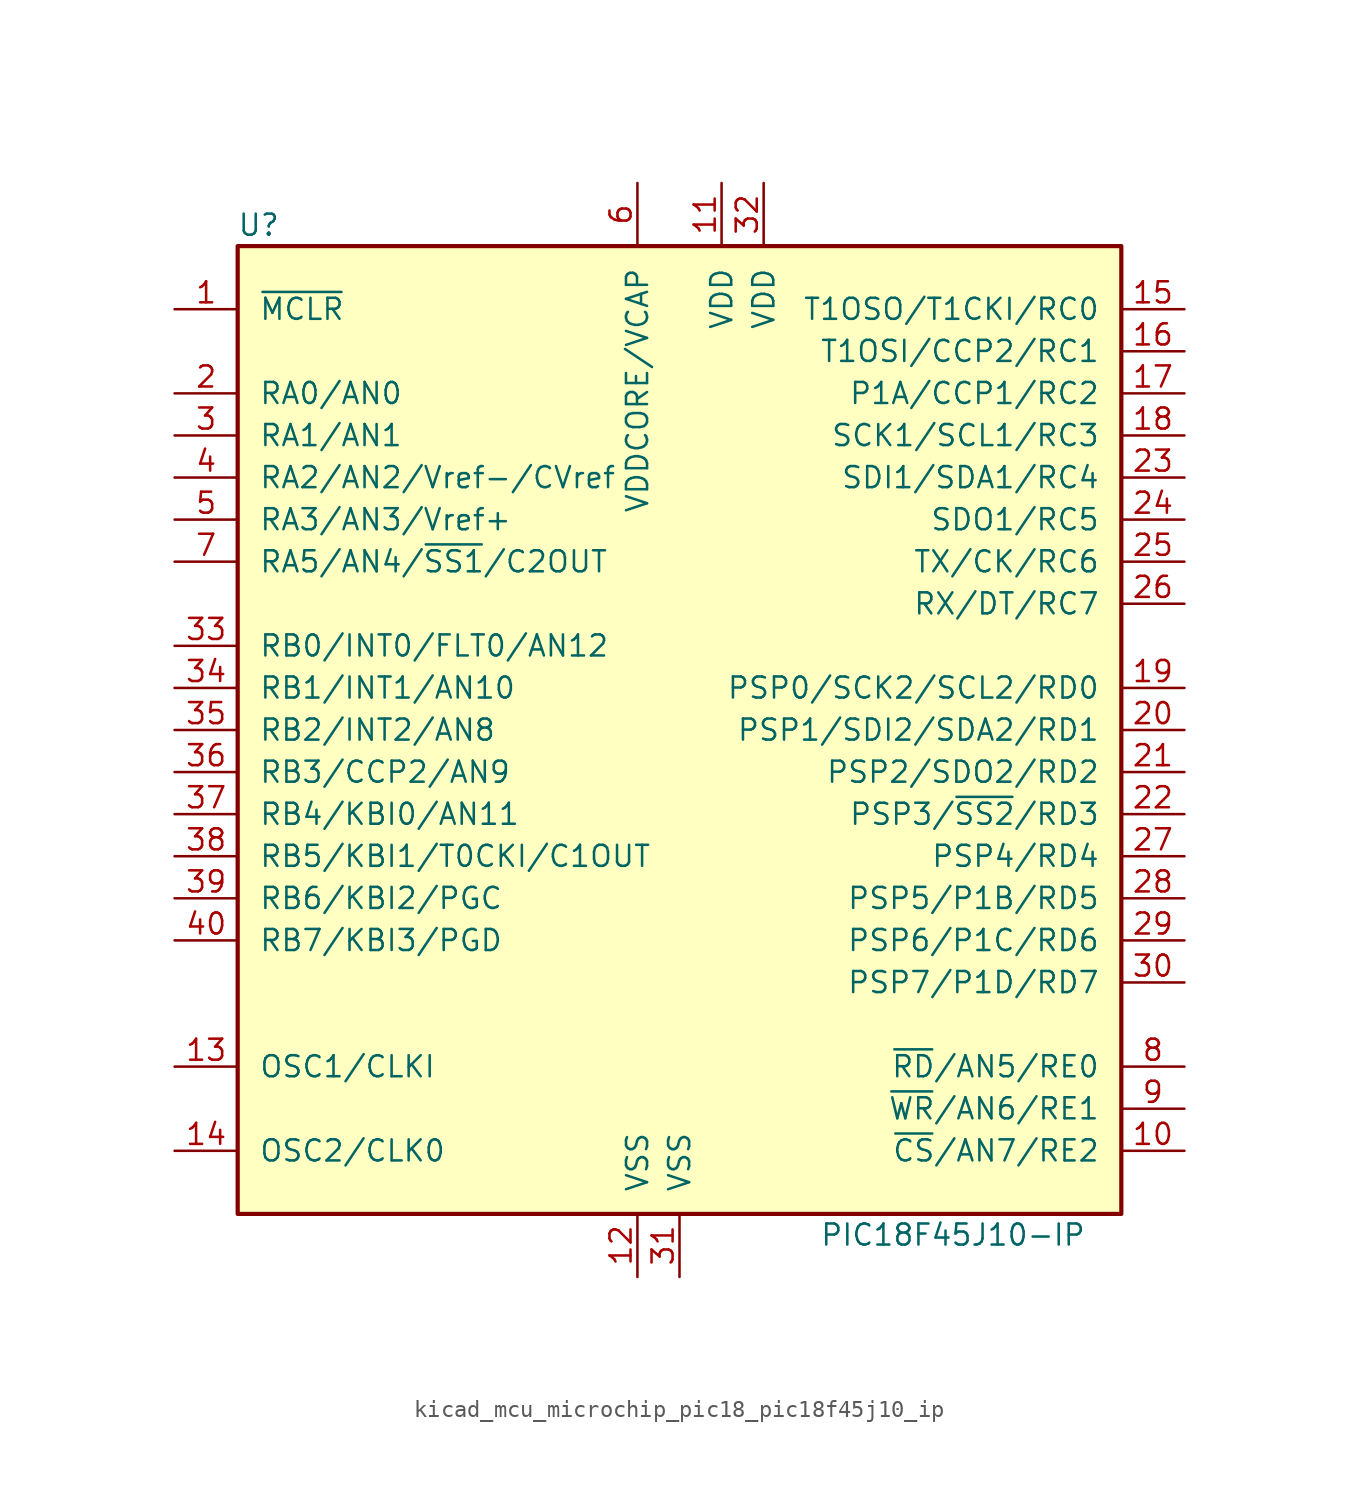
<source format=kicad_sym>
(kicad_symbol_lib
  (version 20220914)
  (generator kicad_symbol_editor)
  (symbol "kicad_mcu_microchip_pic18_pic18f45j10_ip"
    (pin_names
      (offset 1.27))
    (property "Reference" "U"
      (at -25.4 30.48 0)
      (effects (font (size 1.27 1.27))))
    (property "Value" "PIC18F45J10-IP"
      (at 16.51 -30.48 0)
      (effects (font (size 1.27 1.27))))
    (symbol "kicad_mcu_microchip_pic18_pic18f45j10_ip_0_0"
      (rectangle (start -26.67 -29.21) (end 26.67 29.21) (stroke (width 0.254) (type default)) (fill (type background))))
    (symbol "kicad_mcu_microchip_pic18_pic18f45j10_ip_1_1"
      (pin input line (at -30.48 25.4 0) (length 3.81) (name "~{MCLR}" (effects (font (size 1.27 1.27)))) (number "1" (effects (font (size 1.27 1.27)))))
      (pin tri_state line (at 30.48 -25.4 180) (length 3.81) (name "~{CS}/AN7/RE2" (effects (font (size 1.27 1.27)))) (number "10" (effects (font (size 1.27 1.27)))))
      (pin power_in line (at 2.54 33.02 270) (length 3.81) (name "VDD" (effects (font (size 1.27 1.27)))) (number "11" (effects (font (size 1.27 1.27)))))
      (pin power_in line (at -2.54 -33.02 90) (length 3.81) (name "VSS" (effects (font (size 1.27 1.27)))) (number "12" (effects (font (size 1.27 1.27)))))
      (pin input line (at -30.48 -20.32 0) (length 3.81) (name "OSC1/CLKI" (effects (font (size 1.27 1.27)))) (number "13" (effects (font (size 1.27 1.27)))))
      (pin output line (at -30.48 -25.4 0) (length 3.81) (name "OSC2/CLK0" (effects (font (size 1.27 1.27)))) (number "14" (effects (font (size 1.27 1.27)))))
      (pin tri_state line (at 30.48 25.4 180) (length 3.81) (name "T1OSO/T1CKI/RC0" (effects (font (size 1.27 1.27)))) (number "15" (effects (font (size 1.27 1.27)))))
      (pin tri_state line (at 30.48 22.86 180) (length 3.81) (name "T1OSI/CCP2/RC1" (effects (font (size 1.27 1.27)))) (number "16" (effects (font (size 1.27 1.27)))))
      (pin tri_state line (at 30.48 20.32 180) (length 3.81) (name "P1A/CCP1/RC2" (effects (font (size 1.27 1.27)))) (number "17" (effects (font (size 1.27 1.27)))))
      (pin tri_state line (at 30.48 17.78 180) (length 3.81) (name "SCK1/SCL1/RC3" (effects (font (size 1.27 1.27)))) (number "18" (effects (font (size 1.27 1.27)))))
      (pin tri_state line (at 30.48 2.54 180) (length 3.81) (name "PSP0/SCK2/SCL2/RD0" (effects (font (size 1.27 1.27)))) (number "19" (effects (font (size 1.27 1.27)))))
      (pin tri_state line (at -30.48 20.32 0) (length 3.81) (name "RA0/AN0" (effects (font (size 1.27 1.27)))) (number "2" (effects (font (size 1.27 1.27)))))
      (pin tri_state line (at 30.48 0 180) (length 3.81) (name "PSP1/SDI2/SDA2/RD1" (effects (font (size 1.27 1.27)))) (number "20" (effects (font (size 1.27 1.27)))))
      (pin tri_state line (at 30.48 -2.54 180) (length 3.81) (name "PSP2/SDO2/RD2" (effects (font (size 1.27 1.27)))) (number "21" (effects (font (size 1.27 1.27)))))
      (pin tri_state line (at 30.48 -5.08 180) (length 3.81) (name "PSP3/~{SS2}/RD3" (effects (font (size 1.27 1.27)))) (number "22" (effects (font (size 1.27 1.27)))))
      (pin tri_state line (at 30.48 15.24 180) (length 3.81) (name "SDI1/SDA1/RC4" (effects (font (size 1.27 1.27)))) (number "23" (effects (font (size 1.27 1.27)))))
      (pin tri_state line (at 30.48 12.7 180) (length 3.81) (name "SDO1/RC5" (effects (font (size 1.27 1.27)))) (number "24" (effects (font (size 1.27 1.27)))))
      (pin tri_state line (at 30.48 10.16 180) (length 3.81) (name "TX/CK/RC6" (effects (font (size 1.27 1.27)))) (number "25" (effects (font (size 1.27 1.27)))))
      (pin tri_state line (at 30.48 7.62 180) (length 3.81) (name "RX/DT/RC7" (effects (font (size 1.27 1.27)))) (number "26" (effects (font (size 1.27 1.27)))))
      (pin tri_state line (at 30.48 -7.62 180) (length 3.81) (name "PSP4/RD4" (effects (font (size 1.27 1.27)))) (number "27" (effects (font (size 1.27 1.27)))))
      (pin tri_state line (at 30.48 -10.16 180) (length 3.81) (name "PSP5/P1B/RD5" (effects (font (size 1.27 1.27)))) (number "28" (effects (font (size 1.27 1.27)))))
      (pin tri_state line (at 30.48 -12.7 180) (length 3.81) (name "PSP6/P1C/RD6" (effects (font (size 1.27 1.27)))) (number "29" (effects (font (size 1.27 1.27)))))
      (pin tri_state line (at -30.48 17.78 0) (length 3.81) (name "RA1/AN1" (effects (font (size 1.27 1.27)))) (number "3" (effects (font (size 1.27 1.27)))))
      (pin tri_state line (at 30.48 -15.24 180) (length 3.81) (name "PSP7/P1D/RD7" (effects (font (size 1.27 1.27)))) (number "30" (effects (font (size 1.27 1.27)))))
      (pin power_in line (at 0 -33.02 90) (length 3.81) (name "VSS" (effects (font (size 1.27 1.27)))) (number "31" (effects (font (size 1.27 1.27)))))
      (pin power_in line (at 5.08 33.02 270) (length 3.81) (name "VDD" (effects (font (size 1.27 1.27)))) (number "32" (effects (font (size 1.27 1.27)))))
      (pin tri_state line (at -30.48 5.08 0) (length 3.81) (name "RB0/INT0/FLT0/AN12" (effects (font (size 1.27 1.27)))) (number "33" (effects (font (size 1.27 1.27)))))
      (pin tri_state line (at -30.48 2.54 0) (length 3.81) (name "RB1/INT1/AN10" (effects (font (size 1.27 1.27)))) (number "34" (effects (font (size 1.27 1.27)))))
      (pin tri_state line (at -30.48 0 0) (length 3.81) (name "RB2/INT2/AN8" (effects (font (size 1.27 1.27)))) (number "35" (effects (font (size 1.27 1.27)))))
      (pin tri_state line (at -30.48 -2.54 0) (length 3.81) (name "RB3/CCP2/AN9" (effects (font (size 1.27 1.27)))) (number "36" (effects (font (size 1.27 1.27)))))
      (pin tri_state line (at -30.48 -5.08 0) (length 3.81) (name "RB4/KBI0/AN11" (effects (font (size 1.27 1.27)))) (number "37" (effects (font (size 1.27 1.27)))))
      (pin tri_state line (at -30.48 -7.62 0) (length 3.81) (name "RB5/KBI1/T0CKI/C1OUT" (effects (font (size 1.27 1.27)))) (number "38" (effects (font (size 1.27 1.27)))))
      (pin tri_state line (at -30.48 -10.16 0) (length 3.81) (name "RB6/KBI2/PGC" (effects (font (size 1.27 1.27)))) (number "39" (effects (font (size 1.27 1.27)))))
      (pin tri_state line (at -30.48 15.24 0) (length 3.81) (name "RA2/AN2/Vref-/CVref" (effects (font (size 1.27 1.27)))) (number "4" (effects (font (size 1.27 1.27)))))
      (pin tri_state line (at -30.48 -12.7 0) (length 3.81) (name "RB7/KBI3/PGD" (effects (font (size 1.27 1.27)))) (number "40" (effects (font (size 1.27 1.27)))))
      (pin tri_state line (at -30.48 12.7 0) (length 3.81) (name "RA3/AN3/Vref+" (effects (font (size 1.27 1.27)))) (number "5" (effects (font (size 1.27 1.27)))))
      (pin passive line (at -2.54 33.02 270) (length 3.81) (name "VDDCORE/VCAP" (effects (font (size 1.27 1.27)))) (number "6" (effects (font (size 1.27 1.27)))))
      (pin tri_state line (at -30.48 10.16 0) (length 3.81) (name "RA5/AN4/~{SS1}/C2OUT" (effects (font (size 1.27 1.27)))) (number "7" (effects (font (size 1.27 1.27)))))
      (pin tri_state line (at 30.48 -20.32 180) (length 3.81) (name "~{RD}/AN5/RE0" (effects (font (size 1.27 1.27)))) (number "8" (effects (font (size 1.27 1.27)))))
      (pin tri_state line (at 30.48 -22.86 180) (length 3.81) (name "~{WR}/AN6/RE1" (effects (font (size 1.27 1.27)))) (number "9" (effects (font (size 1.27 1.27))))))))
</source>
